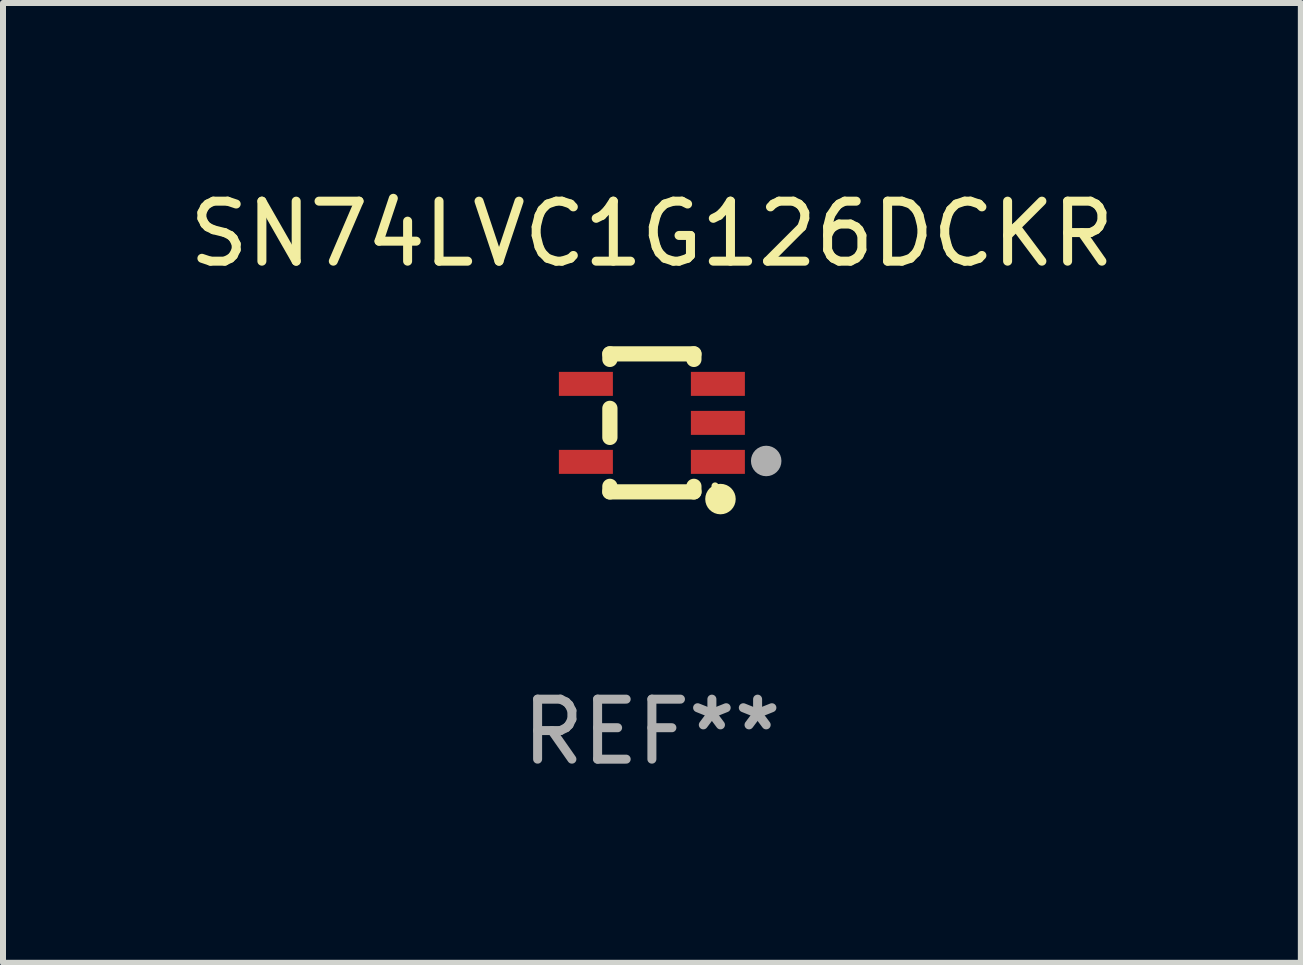
<source format=kicad_pcb>
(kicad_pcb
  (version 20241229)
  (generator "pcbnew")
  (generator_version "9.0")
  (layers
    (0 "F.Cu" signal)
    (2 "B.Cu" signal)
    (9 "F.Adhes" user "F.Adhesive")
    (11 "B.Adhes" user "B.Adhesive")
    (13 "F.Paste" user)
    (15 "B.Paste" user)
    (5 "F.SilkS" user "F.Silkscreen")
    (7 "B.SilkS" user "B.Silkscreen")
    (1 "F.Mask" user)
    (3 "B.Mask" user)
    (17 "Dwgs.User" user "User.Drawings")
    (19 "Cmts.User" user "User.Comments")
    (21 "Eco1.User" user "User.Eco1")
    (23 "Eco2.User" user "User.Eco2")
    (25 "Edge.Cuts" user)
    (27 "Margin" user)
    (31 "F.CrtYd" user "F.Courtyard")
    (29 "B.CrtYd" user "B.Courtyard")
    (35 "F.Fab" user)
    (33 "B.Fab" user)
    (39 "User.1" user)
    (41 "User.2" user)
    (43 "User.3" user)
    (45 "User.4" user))
  (footprint "SN74LVC1G126DCKR"
    (layer "F.Cu")
    (at 7.815 3.998)
    (property "Reference" "SN74LVC1G126DCKR" (at 0 -3.15 0) (layer "F.SilkS") (effects (font (size 1 1) (thickness 0.15))))
    (attr through_hole)
    (fp_line (start -0.7 -1.15) (end 0.7 -1.15) (stroke (width 0.254) (type solid)) (layer "F.SilkS"))
    (fp_line (start -0.7 -1.058) (end -0.7 -1.15) (stroke (width 0.254) (type solid)) (layer "F.SilkS"))
    (fp_line (start -0.7 0.242) (end -0.7 -0.242) (stroke (width 0.254) (type solid)) (layer "F.SilkS"))
    (fp_line (start -0.7 1.15) (end -0.7 1.058) (stroke (width 0.254) (type solid)) (layer "F.SilkS"))
    (fp_line (start -0.7 1.15) (end 0.7 1.15) (stroke (width 0.254) (type solid)) (layer "F.SilkS"))
    (fp_line (start 0.7 -1.058) (end 0.7 -1.15) (stroke (width 0.254) (type solid)) (layer "F.SilkS"))
    (fp_line (start 0.7 1.15) (end 0.7 1.058) (stroke (width 0.254) (type solid)) (layer "F.SilkS"))
    (fp_circle (center 1.053 1.052) (end 1.083 1.052) (stroke (width 0.06) (type solid)) (fill no) (layer "F.SilkS"))
    (fp_circle (center 1.143 1.27) (end 1.27 1.27) (stroke (width 0.254) (type solid)) (fill no) (layer "F.SilkS"))
    (fp_circle (center 1.905 0.635) (end 2.032 0.635) (stroke (width 0.254) (type solid)) (fill no) (layer "F.Fab"))
    (fp_text user "REF**" (at 0 5.15 0) (layer "F.Fab") (effects (font (size 1 1) (thickness 0.15))))
    (pad "1" smd rect (at 1.1 0.65 90) (size 0.4 0.9) (layers "F.Cu" "F.Mask" "F.Paste"))
    (pad "2" smd rect (at 1.1 0.000076 90) (size 0.4 0.9) (layers "F.Cu" "F.Mask" "F.Paste"))
    (pad "3" smd rect (at 1.1 -0.65 90) (size 0.4 0.9) (layers "F.Cu" "F.Mask" "F.Paste"))
    (pad "4" smd rect (at -1.1 -0.65 90) (size 0.4 0.9) (layers "F.Cu" "F.Mask" "F.Paste"))
    (pad "5" smd rect (at -1.1 0.65 90) (size 0.4 0.9) (layers "F.Cu" "F.Mask" "F.Paste")))
  (gr_rect
    (start -3 -3)
    (end 18.631 12.997)
    (stroke (width 0.1) (type default))
    (fill no)
    (layer "Edge.Cuts")))
</source>
